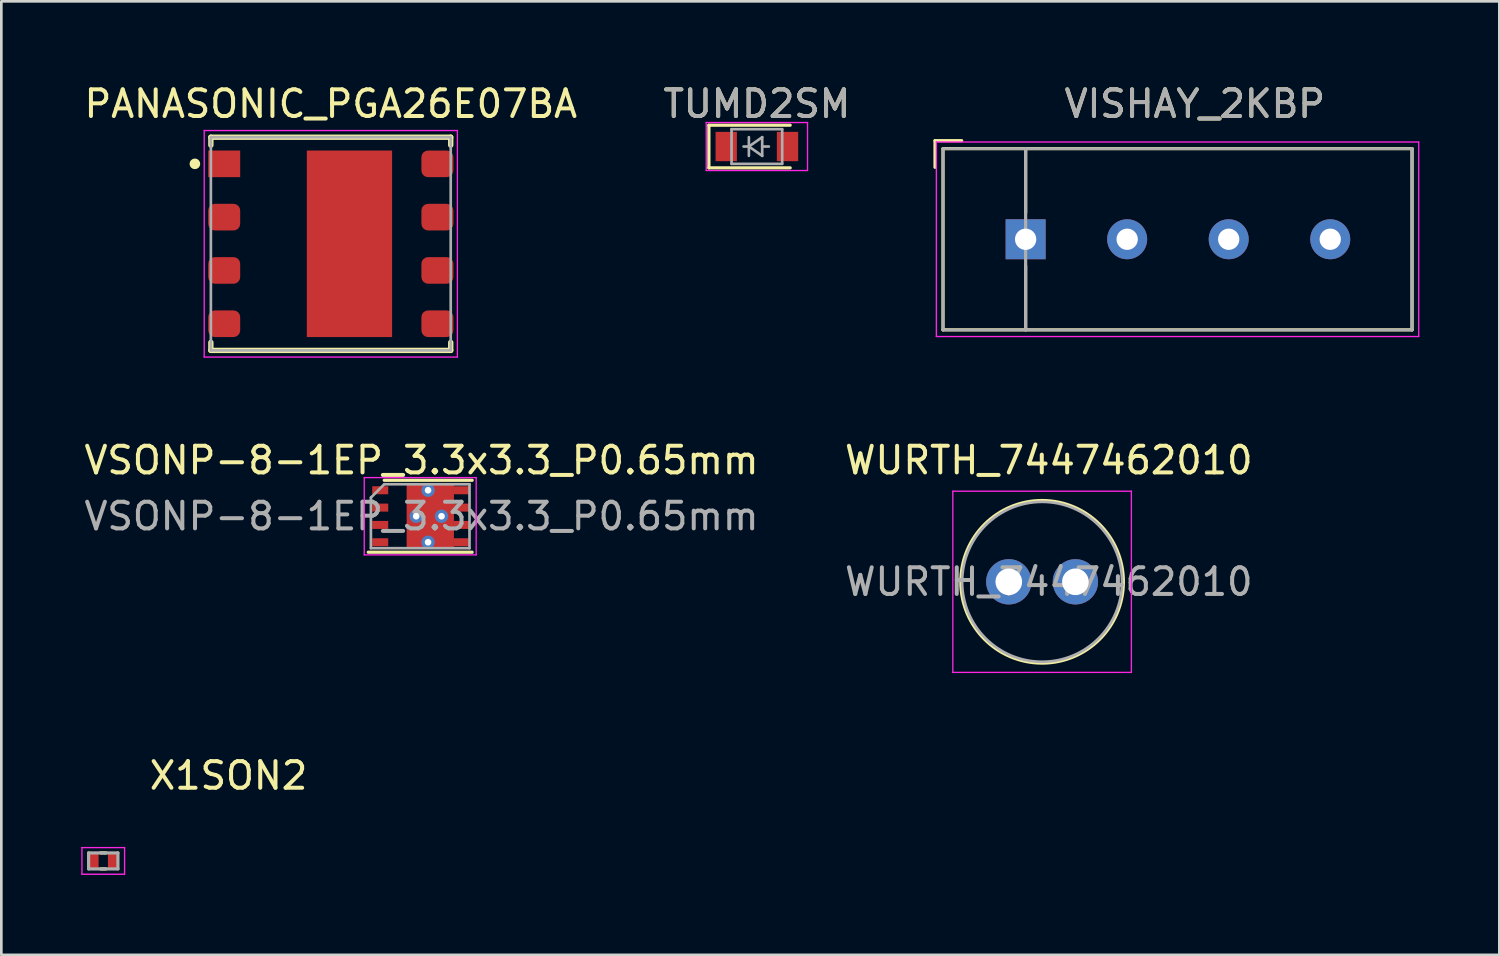
<source format=kicad_pcb>
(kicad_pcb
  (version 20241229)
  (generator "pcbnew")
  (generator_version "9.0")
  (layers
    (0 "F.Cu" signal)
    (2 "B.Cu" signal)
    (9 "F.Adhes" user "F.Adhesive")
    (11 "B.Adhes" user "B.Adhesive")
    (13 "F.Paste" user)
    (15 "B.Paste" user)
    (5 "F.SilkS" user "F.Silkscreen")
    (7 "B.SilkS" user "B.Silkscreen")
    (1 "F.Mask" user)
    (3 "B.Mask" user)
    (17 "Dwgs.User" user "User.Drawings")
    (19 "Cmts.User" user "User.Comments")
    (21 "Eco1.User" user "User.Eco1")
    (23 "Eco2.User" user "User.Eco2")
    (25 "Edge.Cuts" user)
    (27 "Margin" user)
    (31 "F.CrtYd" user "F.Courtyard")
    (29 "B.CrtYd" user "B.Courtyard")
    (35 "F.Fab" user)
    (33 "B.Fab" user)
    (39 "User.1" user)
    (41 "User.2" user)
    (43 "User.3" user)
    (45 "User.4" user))
  (footprint "TUMD2SM"
    (layer "F.Cu")
    (at 25.351 2.448)
    (property "Reference" "TUMD2SM" (at 0 -1.6 0) (layer "F.SilkS") (effects (font (size 1 1) (thickness 0.15))))
    (attr smd)
    (fp_line (start -1.8 -0.8) (end 1.25 -0.8) (stroke (width 0.12) (type solid)) (layer "F.SilkS"))
    (fp_line (start -1.8 0.8) (end -1.8 -0.8) (stroke (width 0.12) (type solid)) (layer "F.SilkS"))
    (fp_line (start 1.25 0.8) (end -1.8 0.8) (stroke (width 0.12) (type solid)) (layer "F.SilkS"))
    (fp_line (start -1.9 -0.9) (end 1.9 -0.9) (stroke (width 0.05) (type solid)) (layer "F.CrtYd"))
    (fp_line (start -1.9 0.9) (end -1.9 -0.9) (stroke (width 0.05) (type solid)) (layer "F.CrtYd"))
    (fp_line (start 1.9 -0.9) (end 1.9 0.9) (stroke (width 0.05) (type solid)) (layer "F.CrtYd"))
    (fp_line (start 1.9 0.9) (end -1.9 0.9) (stroke (width 0.05) (type solid)) (layer "F.CrtYd"))
    (fp_line (start -0.95 -0.65) (end 0.95 -0.65) (stroke (width 0.1) (type solid)) (layer "F.Fab"))
    (fp_line (start -0.95 0.65) (end -0.95 -0.65) (stroke (width 0.1) (type solid)) (layer "F.Fab"))
    (fp_line (start -0.3 -0.35) (end -0.3 0.35) (stroke (width 0.1) (type solid)) (layer "F.Fab"))
    (fp_line (start -0.3 0) (end -0.5 0) (stroke (width 0.1) (type solid)) (layer "F.Fab"))
    (fp_line (start -0.3 0) (end 0.2 -0.35) (stroke (width 0.1) (type solid)) (layer "F.Fab"))
    (fp_line (start 0.2 -0.35) (end 0.2 0.35) (stroke (width 0.1) (type solid)) (layer "F.Fab"))
    (fp_line (start 0.2 0) (end 0.45 0) (stroke (width 0.1) (type solid)) (layer "F.Fab"))
    (fp_line (start 0.2 0.35) (end -0.3 0) (stroke (width 0.1) (type solid)) (layer "F.Fab"))
    (fp_line (start 0.95 -0.65) (end 0.95 0.65) (stroke (width 0.1) (type solid)) (layer "F.Fab"))
    (fp_line (start 0.95 0.65) (end -0.95 0.65) (stroke (width 0.1) (type solid)) (layer "F.Fab"))
    (fp_text user "${REFERENCE}" (at 0 -1.6 0) (layer "F.Fab") (effects (font (size 1 1) (thickness 0.15))))
    (pad "1" smd rect (at -1.15 0 180) (size 0.8 1.1) (layers "F.Cu" "F.Mask" "F.Paste"))
    (pad "2" smd rect (at 1.15 0 180) (size 0.8 1.1) (layers "F.Cu" "F.Mask" "F.Paste")))
  (footprint "PANASONIC_PGA26E07BA"
    (layer "F.Cu")
    (at 9.363 6.098)
    (property "Reference" "PANASONIC_PGA26E07BA" (at 0 -5.25 0) (layer "F.SilkS") (effects (font (size 1 1) (thickness 0.15))))
    (attr through_hole)
    (fp_line (start -4.5 -4) (end -4.5 -3.7) (stroke (width 0.2) (type solid)) (layer "F.SilkS"))
    (fp_line (start -4.5 -4) (end 4.5 -4) (stroke (width 0.2) (type solid)) (layer "F.SilkS"))
    (fp_line (start -4.5 4) (end -4.5 3.7) (stroke (width 0.2) (type solid)) (layer "F.SilkS"))
    (fp_line (start -4.5 4) (end 4.5 4) (stroke (width 0.2) (type solid)) (layer "F.SilkS"))
    (fp_line (start 4.5 -4) (end 4.5 -3.7) (stroke (width 0.2) (type solid)) (layer "F.SilkS"))
    (fp_line (start 4.5 4) (end 4.5 3.7) (stroke (width 0.2) (type solid)) (layer "F.SilkS"))
    (fp_circle (center -5.1 -3) (end -5.1 -3.1) (stroke (width 0.2) (type solid)) (fill no) (layer "F.SilkS"))
    (fp_line (start -4.75 -4.25) (end 4.75 -4.25) (stroke (width 0.05) (type solid)) (layer "F.CrtYd"))
    (fp_line (start -4.75 4.25) (end -4.75 -4.25) (stroke (width 0.05) (type solid)) (layer "F.CrtYd"))
    (fp_line (start 4.75 -4.25) (end 4.75 4.25) (stroke (width 0.05) (type solid)) (layer "F.CrtYd"))
    (fp_line (start 4.75 4.25) (end -4.75 4.25) (stroke (width 0.05) (type solid)) (layer "F.CrtYd"))
    (fp_line (start -4.5 -4) (end 4.5 -4) (stroke (width 0.1) (type solid)) (layer "F.Fab"))
    (fp_line (start -4.5 4) (end -4.5 -4) (stroke (width 0.1) (type solid)) (layer "F.Fab"))
    (fp_line (start 4.5 -4) (end 4.5 4) (stroke (width 0.1) (type solid)) (layer "F.Fab"))
    (fp_line (start 4.5 4) (end -4.5 4) (stroke (width 0.1) (type solid)) (layer "F.Fab"))
    (pad "1" smd rect (at -4 -3) (size 1.2 1) (layers "F.Cu" "F.Mask" "F.Paste"))
    (pad "1" smd roundrect (at -4 -1) (size 1.2 1) (layers "F.Cu" "F.Mask" "F.Paste") (roundrect_rratio 0.25))
    (pad "1" smd roundrect (at -4 1) (size 1.2 1) (layers "F.Cu" "F.Mask" "F.Paste") (roundrect_rratio 0.25))
    (pad "1" smd roundrect (at -4 3) (size 1.2 1) (layers "F.Cu" "F.Mask" "F.Paste") (roundrect_rratio 0.25))
    (pad "2" smd rect (at 0.7 0) (size 3.2 7) (layers "F.Cu" "F.Mask" "F.Paste"))
    (pad "2" smd roundrect (at 4 1) (size 1.2 1) (layers "F.Cu" "F.Mask" "F.Paste") (roundrect_rratio 0.25))
    (pad "2" smd roundrect (at 4 3) (size 1.2 1) (layers "F.Cu" "F.Mask" "F.Paste") (roundrect_rratio 0.25))
    (pad "3" smd roundrect (at 4 -1) (size 1.2 1) (layers "F.Cu" "F.Mask" "F.Paste") (roundrect_rratio 0.25))
    (pad "4" smd roundrect (at 4 -3) (size 1.2 1) (layers "F.Cu" "F.Mask" "F.Paste") (roundrect_rratio 0.25)))
  (footprint "VISHAY_2KBP"
    (layer "F.Cu")
    (at 35.436 5.928)
    (property "Reference" "VISHAY_2KBP" (at 6.35 -5.08 0) (layer "F.SilkS") (effects (font (size 1 1) (thickness 0.15))))
    (attr through_hole)
    (fp_line (start -3.4 -3.7) (end -2.4 -3.7) (stroke (width 0.12) (type solid)) (layer "F.SilkS"))
    (fp_line (start -3.4 -2.7) (end -3.4 -3.7) (stroke (width 0.12) (type solid)) (layer "F.SilkS"))
    (fp_line (start -3.1 -3.4) (end -3.1 3.4) (stroke (width 0.12) (type solid)) (layer "F.SilkS"))
    (fp_line (start -3.1 3.4) (end 14.5 3.4) (stroke (width 0.12) (type solid)) (layer "F.SilkS"))
    (fp_line (start 0 -3.4) (end 0 -1) (stroke (width 0.12) (type solid)) (layer "F.SilkS"))
    (fp_line (start 0 3.4) (end 0 1) (stroke (width 0.12) (type solid)) (layer "F.SilkS"))
    (fp_line (start 14.5 -3.4) (end -3.1 -3.4) (stroke (width 0.12) (type solid)) (layer "F.SilkS"))
    (fp_line (start 14.5 3.4) (end 14.5 -3.4) (stroke (width 0.12) (type solid)) (layer "F.SilkS"))
    (fp_line (start -3.35 -3.65) (end -3.35 3.65) (stroke (width 0.05) (type solid)) (layer "F.CrtYd"))
    (fp_line (start -3.35 -3.65) (end 14.75 -3.65) (stroke (width 0.05) (type solid)) (layer "F.CrtYd"))
    (fp_line (start 14.75 3.65) (end -3.35 3.65) (stroke (width 0.05) (type solid)) (layer "F.CrtYd"))
    (fp_line (start 14.75 3.65) (end 14.75 -3.65) (stroke (width 0.05) (type solid)) (layer "F.CrtYd"))
    (fp_line (start -3.1 -3.4) (end -3.1 3.4) (stroke (width 0.1) (type solid)) (layer "F.Fab"))
    (fp_line (start -3.1 3.4) (end 14.5 3.4) (stroke (width 0.1) (type solid)) (layer "F.Fab"))
    (fp_line (start 0 -3.4) (end 0 3.4) (stroke (width 0.12) (type solid)) (layer "F.Fab"))
    (fp_line (start 14.5 -3.4) (end -3.1 -3.4) (stroke (width 0.1) (type solid)) (layer "F.Fab"))
    (fp_line (start 14.5 3.4) (end 14.5 -3.4) (stroke (width 0.12) (type solid)) (layer "F.Fab"))
    (fp_text user "${REFERENCE}" (at 6.35 -5.08 0) (layer "F.Fab") (effects (font (size 1 1) (thickness 0.15))))
    (pad "1" thru_hole rect (at 0 0) (size 1.5 1.5) (drill 0.8) (layers "*.Cu" "*.Mask"))
    (pad "2" thru_hole circle (at 3.81 0) (size 1.5 1.5) (drill 0.8) (layers "*.Cu" "*.Mask"))
    (pad "3" thru_hole circle (at 7.62 0) (size 1.5 1.5) (drill 0.8) (layers "*.Cu" "*.Mask"))
    (pad "4" thru_hole circle (at 11.43 0) (size 1.5 1.5) (drill 0.8) (layers "*.Cu" "*.Mask")))
  (footprint "WURTH_7447462010"
    (layer "F.Cu")
    (at 34.804 18.782)
    (property "Reference" "WURTH_7447462010" (at 1.5 -4.56 0) (layer "F.SilkS") (effects (font (size 1 1) (thickness 0.15))))
    (attr through_hole)
    (fp_circle (center 1.25 0) (end 4.3 0) (stroke (width 0.12) (type solid)) (fill no) (layer "F.SilkS"))
    (fp_line (start -2.1 -3.4) (end -2.1 3.4) (stroke (width 0.05) (type solid)) (layer "F.CrtYd"))
    (fp_line (start -2.1 3.4) (end 4.6 3.4) (stroke (width 0.05) (type solid)) (layer "F.CrtYd"))
    (fp_line (start 4.6 -3.4) (end -2.1 -3.4) (stroke (width 0.05) (type solid)) (layer "F.CrtYd"))
    (fp_line (start 4.6 3.4) (end 4.6 -3.4) (stroke (width 0.05) (type solid)) (layer "F.CrtYd"))
    (fp_circle (center 1.25 0) (end 4.25 0) (stroke (width 0.1) (type solid)) (fill no) (layer "F.Fab"))
    (fp_text user "${REFERENCE}" (at 1.5 0 0) (layer "F.Fab") (effects (font (size 1 1) (thickness 0.15))))
    (pad "1" thru_hole circle (at 0 0) (size 1.7 1.7) (drill 1) (layers "*.Cu" "*.Mask"))
    (pad "2" thru_hole circle (at 2.5 0) (size 1.7 1.7) (drill 1) (layers "*.Cu" "*.Mask")))
  (footprint "VSONP-8-1EP_3.3x3.3_P0.65mm"
    (layer "F.Cu")
    (at 12.768 16.322)
    (property "Reference" "VSONP-8-1EP_3.3x3.3_P0.65mm" (at 0 -2.1 0) (layer "F.SilkS") (effects (font (size 1 1) (thickness 0.15))))
    (attr smd)
    (fp_line (start 1.9 -1.35) (end -1.4 -1.35) (stroke (width 0.12) (type solid)) (layer "F.SilkS"))
    (fp_line (start 1.9 1.35) (end -2 1.35) (stroke (width 0.12) (type solid)) (layer "F.SilkS"))
    (fp_line (start -2.15 -1.45) (end 2.05 -1.45) (stroke (width 0.05) (type solid)) (layer "F.CrtYd"))
    (fp_line (start -2.15 1.45) (end -2.15 -1.45) (stroke (width 0.05) (type solid)) (layer "F.CrtYd"))
    (fp_line (start 2.05 -1.45) (end 2.05 1.45) (stroke (width 0.05) (type solid)) (layer "F.CrtYd"))
    (fp_line (start 2.05 1.45) (end -2.15 1.45) (stroke (width 0.05) (type solid)) (layer "F.CrtYd"))
    (fp_line (start -1.9 -0.7) (end -1.9 1.2) (stroke (width 0.1) (type solid)) (layer "F.Fab"))
    (fp_line (start -1.4 -1.2) (end -1.9 -0.7) (stroke (width 0.1) (type solid)) (layer "F.Fab"))
    (fp_line (start -1.4 -1.2) (end 1.8 -1.2) (stroke (width 0.1) (type solid)) (layer "F.Fab"))
    (fp_line (start 1.8 -1.2) (end 1.8 1.2) (stroke (width 0.1) (type solid)) (layer "F.Fab"))
    (fp_line (start 1.8 1.2) (end -1.9 1.2) (stroke (width 0.1) (type solid)) (layer "F.Fab"))
    (fp_text user "${REFERENCE}" (at 0 0 0) (layer "F.Fab") (effects (font (size 1 1) (thickness 0.15))))
    (pad "" smd rect (at 0.3 -0.5) (size 1.2 0.4) (layers "F.Paste"))
    (pad "" smd rect (at 0.3 0.5) (size 1.2 0.4) (layers "F.Paste"))
    (pad "1" smd rect (at -1.55 -0.975) (size 0.6 0.3) (layers "F.Cu" "F.Mask" "F.Paste"))
    (pad "1" smd rect (at -1.55 -0.325) (size 0.6 0.3) (layers "F.Cu" "F.Mask" "F.Paste"))
    (pad "1" smd rect (at -1.55 0.325) (size 0.6 0.3) (layers "F.Cu" "F.Mask" "F.Paste"))
    (pad "2" smd rect (at -1.55 0.975) (size 0.6 0.3) (layers "F.Cu" "F.Mask" "F.Paste"))
    (pad "3" thru_hole circle (at -0.2 0) (size 0.5 0.5) (drill 0.25) (layers "*.Cu" "*.Mask"))
    (pad "3" thru_hole circle (at 0.245 -0.975) (size 0.5 0.5) (drill 0.25) (layers "*.Cu" "*.Mask"))
    (pad "3" thru_hole circle (at 0.245 0.975) (size 0.5 0.5) (drill 0.25) (layers "*.Cu" "*.Mask"))
    (pad "3" smd rect (at 0.328 0) (size 1.775 2.45) (layers "F.Cu" "F.Mask"))
    (pad "3" thru_hole circle (at 0.75 0) (size 0.5 0.5) (drill 0.25) (layers "*.Cu" "*.Mask"))
    (pad "3" smd rect (at 1.5 -0.975) (size 0.6 0.3) (layers "F.Cu" "F.Mask" "F.Paste"))
    (pad "3" smd rect (at 1.5 -0.325) (size 0.6 0.3) (layers "F.Cu" "F.Mask" "F.Paste"))
    (pad "3" smd rect (at 1.5 0.325) (size 0.6 0.3) (layers "F.Cu" "F.Mask" "F.Paste"))
    (pad "3" smd rect (at 1.5 0.975) (size 0.6 0.3) (layers "F.Cu" "F.Mask" "F.Paste")))
  (footprint "X1SON2"
    (layer "F.Cu")
    (at 0.825 29.255)
    (property "Reference" "X1SON2" (at 4.7 -3.2 0) (layer "F.SilkS") (effects (font (size 1 1) (thickness 0.15))))
    (attr through_hole)
    (fp_line (start -0.1 -0.3) (end 0.1 -0.3) (stroke (width 0.12) (type solid)) (layer "F.SilkS"))
    (fp_line (start -0.1 0.3) (end 0.1 0.3) (stroke (width 0.12) (type solid)) (layer "F.SilkS"))
    (fp_line (start -0.8 -0.5) (end -0.8 0.5) (stroke (width 0.05) (type solid)) (layer "F.CrtYd"))
    (fp_line (start -0.8 0.5) (end 0.8 0.5) (stroke (width 0.05) (type solid)) (layer "F.CrtYd"))
    (fp_line (start 0.8 -0.5) (end -0.8 -0.5) (stroke (width 0.05) (type solid)) (layer "F.CrtYd"))
    (fp_line (start 0.8 0.5) (end 0.8 -0.5) (stroke (width 0.05) (type solid)) (layer "F.CrtYd"))
    (fp_line (start -0.55 -0.3) (end -0.55 0.3) (stroke (width 0.12) (type solid)) (layer "F.Fab"))
    (fp_line (start -0.55 0.3) (end 0.55 0.3) (stroke (width 0.12) (type solid)) (layer "F.Fab"))
    (fp_line (start 0.55 -0.3) (end -0.55 -0.3) (stroke (width 0.12) (type solid)) (layer "F.Fab"))
    (fp_line (start 0.55 0.3) (end 0.55 -0.3) (stroke (width 0.12) (type solid)) (layer "F.Fab"))
    (pad "1" smd rect (at 0.35 0) (size 0.35 0.6) (layers "F.Cu" "F.Mask" "F.Paste"))
    (pad "2" smd rect (at -0.35 0) (size 0.35 0.6) (layers "F.Cu" "F.Mask" "F.Paste")))
  (gr_rect
    (start -3 -3)
    (end 53.211 32.78)
    (stroke (width 0.1) (type default))
    (fill no)
    (layer "Edge.Cuts")))
</source>
